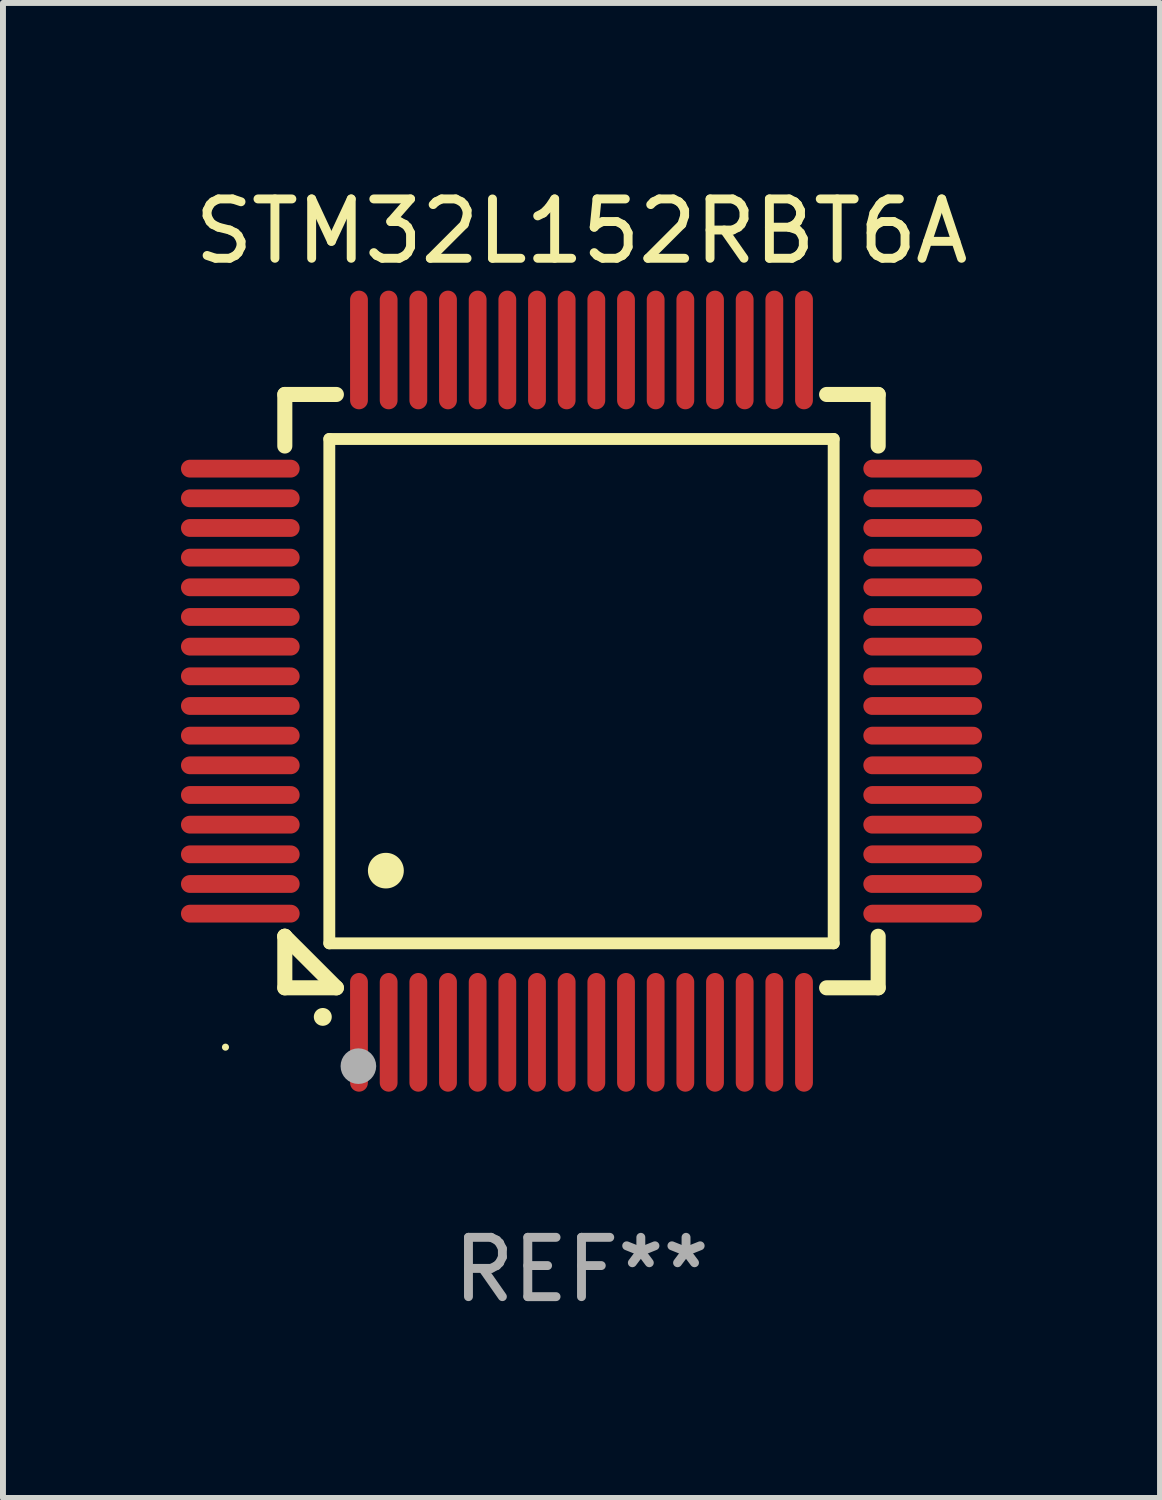
<source format=kicad_pcb>
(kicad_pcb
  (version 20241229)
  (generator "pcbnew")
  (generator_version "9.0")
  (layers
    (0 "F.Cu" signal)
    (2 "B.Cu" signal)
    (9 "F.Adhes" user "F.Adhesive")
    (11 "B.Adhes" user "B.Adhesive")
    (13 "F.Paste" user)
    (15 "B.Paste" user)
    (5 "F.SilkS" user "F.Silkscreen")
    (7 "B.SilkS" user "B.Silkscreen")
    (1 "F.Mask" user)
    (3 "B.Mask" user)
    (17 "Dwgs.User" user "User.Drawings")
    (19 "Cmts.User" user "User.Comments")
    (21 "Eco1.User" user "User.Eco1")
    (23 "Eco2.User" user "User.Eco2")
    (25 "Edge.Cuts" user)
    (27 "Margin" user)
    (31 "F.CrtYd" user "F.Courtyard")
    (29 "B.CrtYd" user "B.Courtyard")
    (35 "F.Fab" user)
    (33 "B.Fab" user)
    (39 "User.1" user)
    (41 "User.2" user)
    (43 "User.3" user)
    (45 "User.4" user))
  (footprint "STM32L152RBT6A"
    (layer "F.Cu")
    (at 6.75 8.598)
    (property "Reference" "STM32L152RBT6A" (at 0 -7.75 0) (layer "F.SilkS") (effects (font (size 1 1) (thickness 0.15))))
    (attr through_hole)
    (fp_line (start -5 -5) (end -4.131 -5) (stroke (width 0.254) (type solid)) (layer "F.SilkS"))
    (fp_line (start -5 -4.131) (end -5 -5) (stroke (width 0.254) (type solid)) (layer "F.SilkS"))
    (fp_line (start -5 4.131) (end -5 4.131) (stroke (width 0.254) (type solid)) (layer "F.SilkS"))
    (fp_line (start -5 5) (end -5 4.131) (stroke (width 0.254) (type solid)) (layer "F.SilkS"))
    (fp_line (start -5 4.131) (end -4.131 5) (stroke (width 0.254) (type solid)) (layer "F.SilkS"))
    (fp_line (start -4.25 -4.25) (end -4.25 4.25) (stroke (width 0.2) (type solid)) (layer "F.SilkS"))
    (fp_line (start -4.25 4.25) (end 4.25 4.25) (stroke (width 0.2) (type solid)) (layer "F.SilkS"))
    (fp_line (start -4.131 5) (end -5 5) (stroke (width 0.254) (type solid)) (layer "F.SilkS"))
    (fp_line (start 4.25 -4.25) (end -4.25 -4.25) (stroke (width 0.2) (type solid)) (layer "F.SilkS"))
    (fp_line (start 4.25 4.25) (end 4.25 -4.25) (stroke (width 0.2) (type solid)) (layer "F.SilkS"))
    (fp_line (start 5 -5) (end 4.131 -5) (stroke (width 0.254) (type solid)) (layer "F.SilkS"))
    (fp_line (start 5 -5) (end 5 -4.131) (stroke (width 0.254) (type solid)) (layer "F.SilkS"))
    (fp_line (start 5 4.131) (end 5 5) (stroke (width 0.254) (type solid)) (layer "F.SilkS"))
    (fp_line (start 5 5) (end 4.131 5) (stroke (width 0.254) (type solid)) (layer "F.SilkS"))
    (fp_arc (start -4.361265 5.489992) (mid -4.359995 5.489987) (end -4.358725 5.489992) (stroke (width 0.3) (type solid)) (layer "F.SilkS"))
    (fp_arc (start -3.299467 3.025146) (mid -3.296927 3.025135) (end -3.294387 3.025146) (stroke (width 0.6) (type solid)) (layer "F.SilkS"))
    (fp_circle (center -6 6) (end -5.97 6) (stroke (width 0.06) (type solid)) (fill no) (layer "F.SilkS"))
    (fp_circle (center -3.76 6.32) (end -3.61 6.32) (stroke (width 0.3) (type solid)) (fill no) (layer "F.Fab"))
    (fp_text user "REF**" (at 0 9.75 0) (layer "F.Fab") (effects (font (size 1 1) (thickness 0.15))))
    (pad "1" smd oval (at -3.75 5.75) (size 0.3 2) (layers "F.Cu" "F.Mask" "F.Paste"))
    (pad "2" smd oval (at -3.25 5.75) (size 0.3 2) (layers "F.Cu" "F.Mask" "F.Paste"))
    (pad "3" smd oval (at -2.75 5.75) (size 0.3 2) (layers "F.Cu" "F.Mask" "F.Paste"))
    (pad "4" smd oval (at -2.25 5.75) (size 0.3 2) (layers "F.Cu" "F.Mask" "F.Paste"))
    (pad "5" smd oval (at -1.75 5.75) (size 0.3 2) (layers "F.Cu" "F.Mask" "F.Paste"))
    (pad "6" smd oval (at -1.25 5.75) (size 0.3 2) (layers "F.Cu" "F.Mask" "F.Paste"))
    (pad "7" smd oval (at -0.75 5.75) (size 0.3 2) (layers "F.Cu" "F.Mask" "F.Paste"))
    (pad "8" smd oval (at -0.25 5.75) (size 0.3 2) (layers "F.Cu" "F.Mask" "F.Paste"))
    (pad "9" smd oval (at 0.25 5.75) (size 0.3 2) (layers "F.Cu" "F.Mask" "F.Paste"))
    (pad "10" smd oval (at 0.75 5.75) (size 0.3 2) (layers "F.Cu" "F.Mask" "F.Paste"))
    (pad "11" smd oval (at 1.25 5.75) (size 0.3 2) (layers "F.Cu" "F.Mask" "F.Paste"))
    (pad "12" smd oval (at 1.75 5.75) (size 0.3 2) (layers "F.Cu" "F.Mask" "F.Paste"))
    (pad "13" smd oval (at 2.25 5.75) (size 0.3 2) (layers "F.Cu" "F.Mask" "F.Paste"))
    (pad "14" smd oval (at 2.75 5.75) (size 0.3 2) (layers "F.Cu" "F.Mask" "F.Paste"))
    (pad "15" smd oval (at 3.25 5.75) (size 0.3 2) (layers "F.Cu" "F.Mask" "F.Paste"))
    (pad "16" smd oval (at 3.75 5.75) (size 0.3 2) (layers "F.Cu" "F.Mask" "F.Paste"))
    (pad "17" smd oval (at 5.75 3.75) (size 2 0.3) (layers "F.Cu" "F.Mask" "F.Paste"))
    (pad "18" smd oval (at 5.75 3.25) (size 2 0.3) (layers "F.Cu" "F.Mask" "F.Paste"))
    (pad "19" smd oval (at 5.75 2.75) (size 2 0.3) (layers "F.Cu" "F.Mask" "F.Paste"))
    (pad "20" smd oval (at 5.75 2.25) (size 2 0.3) (layers "F.Cu" "F.Mask" "F.Paste"))
    (pad "21" smd oval (at 5.75 1.75) (size 2 0.3) (layers "F.Cu" "F.Mask" "F.Paste"))
    (pad "22" smd oval (at 5.75 1.25) (size 2 0.3) (layers "F.Cu" "F.Mask" "F.Paste"))
    (pad "23" smd oval (at 5.75 0.75) (size 2 0.3) (layers "F.Cu" "F.Mask" "F.Paste"))
    (pad "24" smd oval (at 5.75 0.25) (size 2 0.3) (layers "F.Cu" "F.Mask" "F.Paste"))
    (pad "25" smd oval (at 5.75 -0.25) (size 2 0.3) (layers "F.Cu" "F.Mask" "F.Paste"))
    (pad "26" smd oval (at 5.75 -0.75) (size 2 0.3) (layers "F.Cu" "F.Mask" "F.Paste"))
    (pad "27" smd oval (at 5.75 -1.25) (size 2 0.3) (layers "F.Cu" "F.Mask" "F.Paste"))
    (pad "28" smd oval (at 5.75 -1.75) (size 2 0.3) (layers "F.Cu" "F.Mask" "F.Paste"))
    (pad "29" smd oval (at 5.75 -2.25) (size 2 0.3) (layers "F.Cu" "F.Mask" "F.Paste"))
    (pad "30" smd oval (at 5.75 -2.75) (size 2 0.3) (layers "F.Cu" "F.Mask" "F.Paste"))
    (pad "31" smd oval (at 5.75 -3.25) (size 2 0.3) (layers "F.Cu" "F.Mask" "F.Paste"))
    (pad "32" smd oval (at 5.75 -3.75) (size 2 0.3) (layers "F.Cu" "F.Mask" "F.Paste"))
    (pad "33" smd oval (at 3.75 -5.75) (size 0.3 2) (layers "F.Cu" "F.Mask" "F.Paste"))
    (pad "34" smd oval (at 3.25 -5.75) (size 0.3 2) (layers "F.Cu" "F.Mask" "F.Paste"))
    (pad "35" smd oval (at 2.75 -5.75) (size 0.3 2) (layers "F.Cu" "F.Mask" "F.Paste"))
    (pad "36" smd oval (at 2.25 -5.75) (size 0.3 2) (layers "F.Cu" "F.Mask" "F.Paste"))
    (pad "37" smd oval (at 1.75 -5.75) (size 0.3 2) (layers "F.Cu" "F.Mask" "F.Paste"))
    (pad "38" smd oval (at 1.25 -5.75) (size 0.3 2) (layers "F.Cu" "F.Mask" "F.Paste"))
    (pad "39" smd oval (at 0.75 -5.75) (size 0.3 2) (layers "F.Cu" "F.Mask" "F.Paste"))
    (pad "40" smd oval (at 0.25 -5.75) (size 0.3 2) (layers "F.Cu" "F.Mask" "F.Paste"))
    (pad "41" smd oval (at -0.25 -5.75) (size 0.3 2) (layers "F.Cu" "F.Mask" "F.Paste"))
    (pad "42" smd oval (at -0.75 -5.75) (size 0.3 2) (layers "F.Cu" "F.Mask" "F.Paste"))
    (pad "43" smd oval (at -1.25 -5.75) (size 0.3 2) (layers "F.Cu" "F.Mask" "F.Paste"))
    (pad "44" smd oval (at -1.75 -5.75) (size 0.3 2) (layers "F.Cu" "F.Mask" "F.Paste"))
    (pad "45" smd oval (at -2.25 -5.75) (size 0.3 2) (layers "F.Cu" "F.Mask" "F.Paste"))
    (pad "46" smd oval (at -2.75 -5.75) (size 0.3 2) (layers "F.Cu" "F.Mask" "F.Paste"))
    (pad "47" smd oval (at -3.25 -5.75) (size 0.3 2) (layers "F.Cu" "F.Mask" "F.Paste"))
    (pad "48" smd oval (at -3.75 -5.75) (size 0.3 2) (layers "F.Cu" "F.Mask" "F.Paste"))
    (pad "49" smd oval (at -5.75 -3.75) (size 2 0.3) (layers "F.Cu" "F.Mask" "F.Paste"))
    (pad "50" smd oval (at -5.75 -3.25) (size 2 0.3) (layers "F.Cu" "F.Mask" "F.Paste"))
    (pad "51" smd oval (at -5.75 -2.75) (size 2 0.3) (layers "F.Cu" "F.Mask" "F.Paste"))
    (pad "52" smd oval (at -5.75 -2.25) (size 2 0.3) (layers "F.Cu" "F.Mask" "F.Paste"))
    (pad "53" smd oval (at -5.75 -1.75) (size 2 0.3) (layers "F.Cu" "F.Mask" "F.Paste"))
    (pad "54" smd oval (at -5.75 -1.25) (size 2 0.3) (layers "F.Cu" "F.Mask" "F.Paste"))
    (pad "55" smd oval (at -5.75 -0.75) (size 2 0.3) (layers "F.Cu" "F.Mask" "F.Paste"))
    (pad "56" smd oval (at -5.75 -0.25) (size 2 0.3) (layers "F.Cu" "F.Mask" "F.Paste"))
    (pad "57" smd oval (at -5.75 0.25) (size 2 0.3) (layers "F.Cu" "F.Mask" "F.Paste"))
    (pad "58" smd oval (at -5.75 0.75) (size 2 0.3) (layers "F.Cu" "F.Mask" "F.Paste"))
    (pad "59" smd oval (at -5.75 1.25) (size 2 0.3) (layers "F.Cu" "F.Mask" "F.Paste"))
    (pad "60" smd oval (at -5.75 1.75) (size 2 0.3) (layers "F.Cu" "F.Mask" "F.Paste"))
    (pad "61" smd oval (at -5.75 2.25) (size 2 0.3) (layers "F.Cu" "F.Mask" "F.Paste"))
    (pad "62" smd oval (at -5.75 2.75) (size 2 0.3) (layers "F.Cu" "F.Mask" "F.Paste"))
    (pad "63" smd oval (at -5.75 3.25) (size 2 0.3) (layers "F.Cu" "F.Mask" "F.Paste"))
    (pad "64" smd oval (at -5.75 3.75) (size 2 0.3) (layers "F.Cu" "F.Mask" "F.Paste")))
  (gr_rect
    (start -3 -3)
    (end 16.5 22.196)
    (stroke (width 0.1) (type default))
    (fill no)
    (layer "Edge.Cuts")))
</source>
